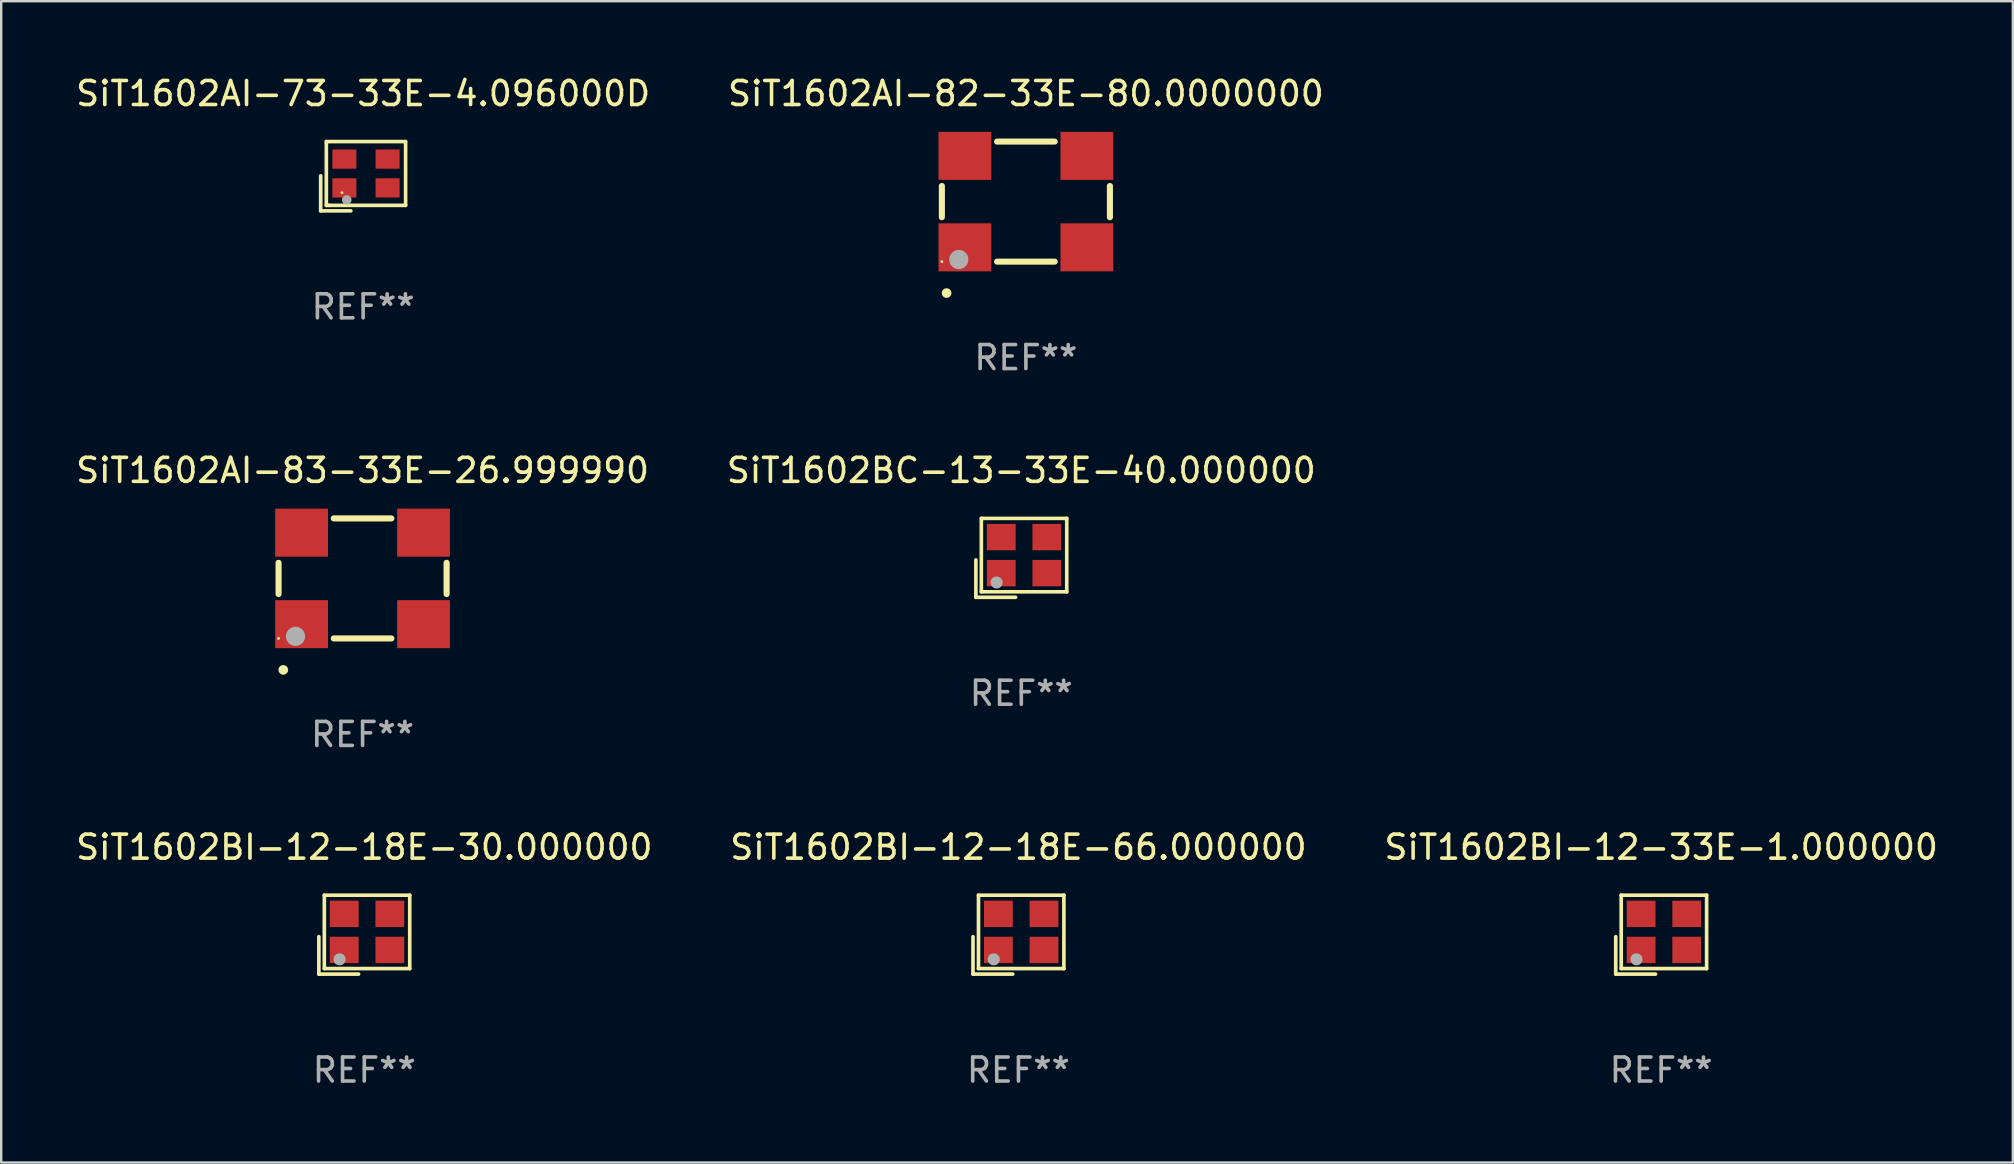
<source format=kicad_pcb>
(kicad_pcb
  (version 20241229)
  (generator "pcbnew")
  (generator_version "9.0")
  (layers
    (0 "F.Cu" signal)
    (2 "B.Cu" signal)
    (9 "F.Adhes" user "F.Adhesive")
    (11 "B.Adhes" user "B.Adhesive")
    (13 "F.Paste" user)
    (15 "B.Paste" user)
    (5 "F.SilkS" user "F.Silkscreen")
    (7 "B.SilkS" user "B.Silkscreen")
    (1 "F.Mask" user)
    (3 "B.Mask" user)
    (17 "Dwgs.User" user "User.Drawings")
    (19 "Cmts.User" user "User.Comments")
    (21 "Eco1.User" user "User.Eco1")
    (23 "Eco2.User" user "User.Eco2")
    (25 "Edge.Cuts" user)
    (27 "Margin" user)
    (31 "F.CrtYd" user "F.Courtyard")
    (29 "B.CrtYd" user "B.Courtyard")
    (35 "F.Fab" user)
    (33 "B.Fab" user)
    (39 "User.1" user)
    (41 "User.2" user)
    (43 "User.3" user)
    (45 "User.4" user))
  (footprint "SiT1602BI-12-33E-1.000000"
    (layer "F.Cu")
    (at 66.149 35.884)
    (property "Reference" "SiT1602BI-12-33E-1.000000" (at 0 -3.643 0) (layer "F.SilkS") (effects (font (size 1 1) (thickness 0.15))))
    (attr through_hole)
    (fp_line (start -1.893 0.086) (end -1.893 1.643) (stroke (width 0.152) (type solid)) (layer "F.SilkS"))
    (fp_line (start -1.893 1.643) (end -0.237 1.643) (stroke (width 0.152) (type solid)) (layer "F.SilkS"))
    (fp_line (start -1.665 -1.643) (end 1.893 -1.643) (stroke (width 0.152) (type solid)) (layer "F.SilkS"))
    (fp_line (start -1.665 1.414) (end -1.665 -1.643) (stroke (width 0.152) (type solid)) (layer "F.SilkS"))
    (fp_line (start 1.893 -1.643) (end 1.893 1.414) (stroke (width 0.152) (type solid)) (layer "F.SilkS"))
    (fp_line (start 1.893 1.414) (end -1.665 1.414) (stroke (width 0.152) (type solid)) (layer "F.SilkS"))
    (fp_circle (center -1.136 0.885) (end -1.106 0.885) (stroke (width 0.06) (type solid)) (fill no) (layer "F.SilkS"))
    (fp_circle (center -1.029 1.028) (end -0.902 1.028) (stroke (width 0.254) (type solid)) (fill no) (layer "F.Fab"))
    (fp_text user "REF**" (at 0 5.643 0) (layer "F.Fab") (effects (font (size 1 1) (thickness 0.15))))
    (pad "1" smd rect (at -0.836 0.636) (size 1.2 1.1) (layers "F.Cu" "F.Mask" "F.Paste"))
    (pad "2" smd rect (at 1.064 0.636) (size 1.2 1.1) (layers "F.Cu" "F.Mask" "F.Paste"))
    (pad "3" smd rect (at 1.064 -0.865) (size 1.2 1.1) (layers "F.Cu" "F.Mask" "F.Paste"))
    (pad "4" smd rect (at -0.836 -0.865) (size 1.2 1.1) (layers "F.Cu" "F.Mask" "F.Paste")))
  (footprint "SiT1602AI-73-33E-4.096000D"
    (layer "F.Cu")
    (at 12.077 4.291)
    (property "Reference" "SiT1602AI-73-33E-4.096000D" (at 0 -3.443 0) (layer "F.SilkS") (effects (font (size 1 1) (thickness 0.15))))
    (attr through_hole)
    (fp_line (start -1.769 -0.014) (end -1.769 1.443) (stroke (width 0.152) (type solid)) (layer "F.SilkS"))
    (fp_line (start -1.769 1.443) (end -0.512 1.443) (stroke (width 0.152) (type solid)) (layer "F.SilkS"))
    (fp_line (start -1.533 -1.443) (end 1.769 -1.443) (stroke (width 0.152) (type solid)) (layer "F.SilkS"))
    (fp_line (start -1.533 1.214) (end -1.533 -1.443) (stroke (width 0.152) (type solid)) (layer "F.SilkS"))
    (fp_line (start -1.411 1.214) (end -1.533 1.214) (stroke (width 0.152) (type solid)) (layer "F.SilkS"))
    (fp_line (start 1.769 -1.443) (end 1.769 1.214) (stroke (width 0.152) (type solid)) (layer "F.SilkS"))
    (fp_line (start 1.769 1.214) (end -1.411 1.214) (stroke (width 0.152) (type solid)) (layer "F.SilkS"))
    (fp_circle (center -0.882 0.686) (end -0.852 0.686) (stroke (width 0.06) (type solid)) (fill no) (layer "F.SilkS"))
    (fp_circle (center -0.682 0.986) (end -0.582 0.986) (stroke (width 0.2) (type solid)) (fill no) (layer "F.Fab"))
    (fp_text user "REF**" (at 0 5.443 0) (layer "F.Fab") (effects (font (size 1 1) (thickness 0.15))))
    (pad "1" smd rect (at -0.782 0.486 90) (size 0.8 1) (layers "F.Cu" "F.Mask" "F.Paste"))
    (pad "2" smd rect (at 1.018 0.486 90) (size 0.8 1) (layers "F.Cu" "F.Mask" "F.Paste"))
    (pad "3" smd rect (at 1.018 -0.714 90) (size 0.8 1) (layers "F.Cu" "F.Mask" "F.Paste"))
    (pad "4" smd rect (at -0.782 -0.714 90) (size 0.8 1) (layers "F.Cu" "F.Mask" "F.Paste")))
  (footprint "SiT1602BI-12-18E-66.000000"
    (layer "F.Cu")
    (at 39.375 35.884)
    (property "Reference" "SiT1602BI-12-18E-66.000000" (at 0 -3.643 0) (layer "F.SilkS") (effects (font (size 1 1) (thickness 0.15))))
    (attr through_hole)
    (fp_line (start -1.893 0.086) (end -1.893 1.643) (stroke (width 0.152) (type solid)) (layer "F.SilkS"))
    (fp_line (start -1.893 1.643) (end -0.237 1.643) (stroke (width 0.152) (type solid)) (layer "F.SilkS"))
    (fp_line (start -1.665 -1.643) (end 1.893 -1.643) (stroke (width 0.152) (type solid)) (layer "F.SilkS"))
    (fp_line (start -1.665 1.414) (end -1.665 -1.643) (stroke (width 0.152) (type solid)) (layer "F.SilkS"))
    (fp_line (start 1.893 -1.643) (end 1.893 1.414) (stroke (width 0.152) (type solid)) (layer "F.SilkS"))
    (fp_line (start 1.893 1.414) (end -1.665 1.414) (stroke (width 0.152) (type solid)) (layer "F.SilkS"))
    (fp_circle (center -1.136 0.885) (end -1.106 0.885) (stroke (width 0.06) (type solid)) (fill no) (layer "F.SilkS"))
    (fp_circle (center -1.029 1.028) (end -0.902 1.028) (stroke (width 0.254) (type solid)) (fill no) (layer "F.Fab"))
    (fp_text user "REF**" (at 0 5.643 0) (layer "F.Fab") (effects (font (size 1 1) (thickness 0.15))))
    (pad "1" smd rect (at -0.836 0.636) (size 1.2 1.1) (layers "F.Cu" "F.Mask" "F.Paste"))
    (pad "2" smd rect (at 1.064 0.636) (size 1.2 1.1) (layers "F.Cu" "F.Mask" "F.Paste"))
    (pad "3" smd rect (at 1.064 -0.865) (size 1.2 1.1) (layers "F.Cu" "F.Mask" "F.Paste"))
    (pad "4" smd rect (at -0.836 -0.865) (size 1.2 1.1) (layers "F.Cu" "F.Mask" "F.Paste")))
  (footprint "SiT1602BI-12-18E-30.000000"
    (layer "F.Cu")
    (at 12.125 35.884)
    (property "Reference" "SiT1602BI-12-18E-30.000000" (at 0 -3.643 0) (layer "F.SilkS") (effects (font (size 1 1) (thickness 0.15))))
    (attr through_hole)
    (fp_line (start -1.893 0.086) (end -1.893 1.643) (stroke (width 0.152) (type solid)) (layer "F.SilkS"))
    (fp_line (start -1.893 1.643) (end -0.237 1.643) (stroke (width 0.152) (type solid)) (layer "F.SilkS"))
    (fp_line (start -1.665 -1.643) (end 1.893 -1.643) (stroke (width 0.152) (type solid)) (layer "F.SilkS"))
    (fp_line (start -1.665 1.414) (end -1.665 -1.643) (stroke (width 0.152) (type solid)) (layer "F.SilkS"))
    (fp_line (start 1.893 -1.643) (end 1.893 1.414) (stroke (width 0.152) (type solid)) (layer "F.SilkS"))
    (fp_line (start 1.893 1.414) (end -1.665 1.414) (stroke (width 0.152) (type solid)) (layer "F.SilkS"))
    (fp_circle (center -1.136 0.885) (end -1.106 0.885) (stroke (width 0.06) (type solid)) (fill no) (layer "F.SilkS"))
    (fp_circle (center -1.029 1.028) (end -0.902 1.028) (stroke (width 0.254) (type solid)) (fill no) (layer "F.Fab"))
    (fp_text user "REF**" (at 0 5.643 0) (layer "F.Fab") (effects (font (size 1 1) (thickness 0.15))))
    (pad "1" smd rect (at -0.836 0.636) (size 1.2 1.1) (layers "F.Cu" "F.Mask" "F.Paste"))
    (pad "2" smd rect (at 1.064 0.636) (size 1.2 1.1) (layers "F.Cu" "F.Mask" "F.Paste"))
    (pad "3" smd rect (at 1.064 -0.865) (size 1.2 1.1) (layers "F.Cu" "F.Mask" "F.Paste"))
    (pad "4" smd rect (at -0.836 -0.865) (size 1.2 1.1) (layers "F.Cu" "F.Mask" "F.Paste")))
  (footprint "SiT1602AI-82-33E-80.0000000"
    (layer "F.Cu")
    (at 39.685 5.348)
    (property "Reference" "SiT1602AI-82-33E-80.0000000" (at 0 -4.5 0) (layer "F.SilkS") (effects (font (size 1 1) (thickness 0.15))))
    (attr through_hole)
    (fp_line (start -3.5 0.65) (end -3.5 -0.65) (stroke (width 0.254) (type solid)) (layer "F.SilkS"))
    (fp_line (start 1.2 -2.5) (end -1.2 -2.5) (stroke (width 0.254) (type solid)) (layer "F.SilkS"))
    (fp_line (start 1.2 2.5) (end -1.2 2.5) (stroke (width 0.254) (type solid)) (layer "F.SilkS"))
    (fp_line (start 3.5 0.65) (end 3.5 -0.65) (stroke (width 0.254) (type solid)) (layer "F.SilkS"))
    (fp_arc (start -3.304547 3.81016) (mid -3.303277 3.810156) (end -3.302007 3.81016) (stroke (width 0.4) (type solid)) (layer "F.SilkS"))
    (fp_circle (center -3.5 2.5) (end -3.47 2.5) (stroke (width 0.06) (type solid)) (fill no) (layer "F.SilkS"))
    (fp_circle (center -2.794 2.413) (end -2.594 2.413) (stroke (width 0.4) (type solid)) (fill no) (layer "F.Fab"))
    (fp_text user "REF**" (at 0 6.5 0) (layer "F.Fab") (effects (font (size 1 1) (thickness 0.15))))
    (pad "1" smd rect (at -2.54 1.905 180) (size 2.2 2) (layers "F.Cu" "F.Mask" "F.Paste"))
    (pad "2" smd rect (at 2.54 1.905 180) (size 2.2 2) (layers "F.Cu" "F.Mask" "F.Paste"))
    (pad "3" smd rect (at 2.54 -1.905 180) (size 2.2 2) (layers "F.Cu" "F.Mask" "F.Paste"))
    (pad "4" smd rect (at -2.54 -1.905 180) (size 2.2 2) (layers "F.Cu" "F.Mask" "F.Paste")))
  (footprint "SiT1602AI-83-33E-26.999990"
    (layer "F.Cu")
    (at 12.054 21.045)
    (property "Reference" "SiT1602AI-83-33E-26.999990" (at 0 -4.5 0) (layer "F.SilkS") (effects (font (size 1 1) (thickness 0.15))))
    (attr through_hole)
    (fp_line (start -3.5 0.65) (end -3.5 -0.65) (stroke (width 0.254) (type solid)) (layer "F.SilkS"))
    (fp_line (start 1.2 -2.5) (end -1.2 -2.5) (stroke (width 0.254) (type solid)) (layer "F.SilkS"))
    (fp_line (start 1.2 2.5) (end -1.2 2.5) (stroke (width 0.254) (type solid)) (layer "F.SilkS"))
    (fp_line (start 3.5 0.65) (end 3.5 -0.65) (stroke (width 0.254) (type solid)) (layer "F.SilkS"))
    (fp_arc (start -3.304547 3.81016) (mid -3.303277 3.810156) (end -3.302007 3.81016) (stroke (width 0.4) (type solid)) (layer "F.SilkS"))
    (fp_circle (center -3.5 2.5) (end -3.47 2.5) (stroke (width 0.06) (type solid)) (fill no) (layer "F.SilkS"))
    (fp_circle (center -2.794 2.413) (end -2.594 2.413) (stroke (width 0.4) (type solid)) (fill no) (layer "F.Fab"))
    (fp_text user "REF**" (at 0 6.5 0) (layer "F.Fab") (effects (font (size 1 1) (thickness 0.15))))
    (pad "1" smd rect (at -2.54 1.905 180) (size 2.2 2) (layers "F.Cu" "F.Mask" "F.Paste"))
    (pad "2" smd rect (at 2.54 1.905 180) (size 2.2 2) (layers "F.Cu" "F.Mask" "F.Paste"))
    (pad "3" smd rect (at 2.54 -1.905 180) (size 2.2 2) (layers "F.Cu" "F.Mask" "F.Paste"))
    (pad "4" smd rect (at -2.54 -1.905 180) (size 2.2 2) (layers "F.Cu" "F.Mask" "F.Paste")))
  (footprint "SiT1602BC-13-33E-40.000000"
    (layer "F.Cu")
    (at 39.494 20.188)
    (property "Reference" "SiT1602BC-13-33E-40.000000" (at 0 -3.643 0) (layer "F.SilkS") (effects (font (size 1 1) (thickness 0.15))))
    (attr through_hole)
    (fp_line (start -1.893 0.086) (end -1.893 1.643) (stroke (width 0.152) (type solid)) (layer "F.SilkS"))
    (fp_line (start -1.893 1.643) (end -0.237 1.643) (stroke (width 0.152) (type solid)) (layer "F.SilkS"))
    (fp_line (start -1.665 -1.643) (end 1.893 -1.643) (stroke (width 0.152) (type solid)) (layer "F.SilkS"))
    (fp_line (start -1.665 1.414) (end -1.665 -1.643) (stroke (width 0.152) (type solid)) (layer "F.SilkS"))
    (fp_line (start 1.893 -1.643) (end 1.893 1.414) (stroke (width 0.152) (type solid)) (layer "F.SilkS"))
    (fp_line (start 1.893 1.414) (end -1.665 1.414) (stroke (width 0.152) (type solid)) (layer "F.SilkS"))
    (fp_circle (center -1.136 0.885) (end -1.106 0.885) (stroke (width 0.06) (type solid)) (fill no) (layer "F.SilkS"))
    (fp_circle (center -1.029 1.028) (end -0.902 1.028) (stroke (width 0.254) (type solid)) (fill no) (layer "F.Fab"))
    (fp_text user "REF**" (at 0 5.643 0) (layer "F.Fab") (effects (font (size 1 1) (thickness 0.15))))
    (pad "1" smd rect (at -0.836 0.636) (size 1.2 1.1) (layers "F.Cu" "F.Mask" "F.Paste"))
    (pad "2" smd rect (at 1.064 0.636) (size 1.2 1.1) (layers "F.Cu" "F.Mask" "F.Paste"))
    (pad "3" smd rect (at 1.064 -0.865) (size 1.2 1.1) (layers "F.Cu" "F.Mask" "F.Paste"))
    (pad "4" smd rect (at -0.836 -0.865) (size 1.2 1.1) (layers "F.Cu" "F.Mask" "F.Paste")))
  (gr_rect
    (start -3 -3)
    (end 80.798 45.376)
    (stroke (width 0.1) (type default))
    (fill no)
    (layer "Edge.Cuts")))
</source>
